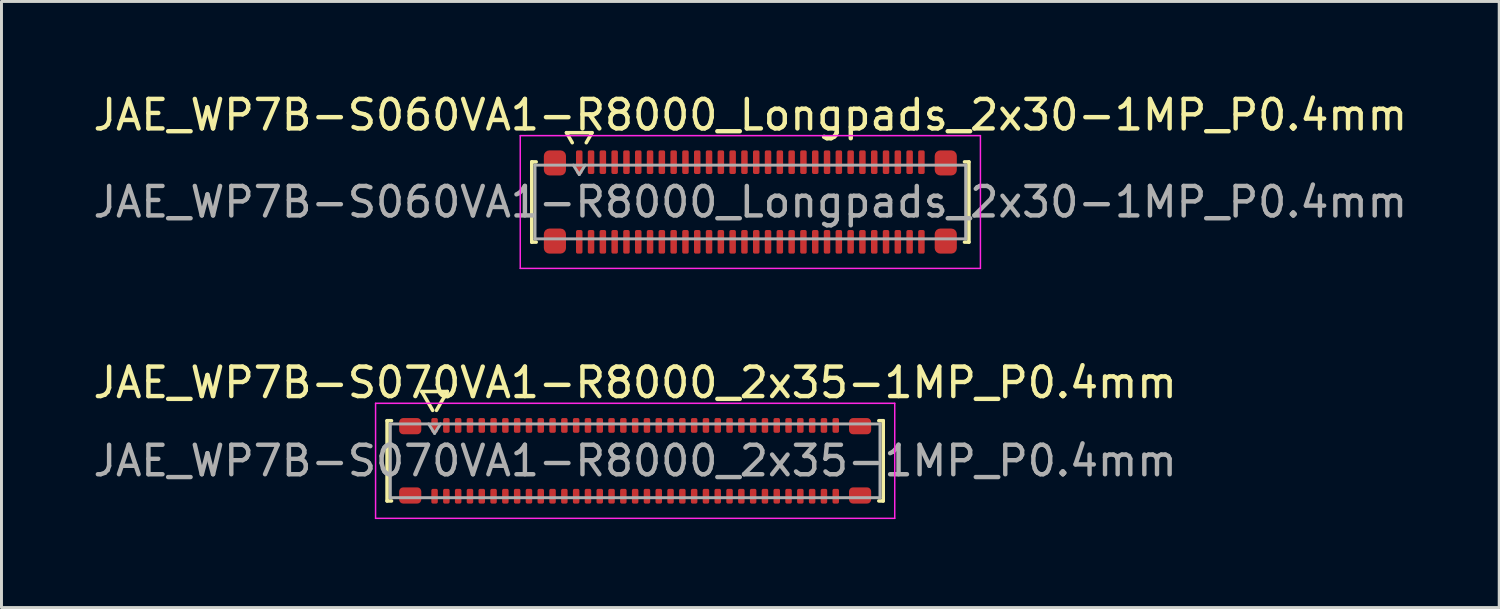
<source format=kicad_pcb>
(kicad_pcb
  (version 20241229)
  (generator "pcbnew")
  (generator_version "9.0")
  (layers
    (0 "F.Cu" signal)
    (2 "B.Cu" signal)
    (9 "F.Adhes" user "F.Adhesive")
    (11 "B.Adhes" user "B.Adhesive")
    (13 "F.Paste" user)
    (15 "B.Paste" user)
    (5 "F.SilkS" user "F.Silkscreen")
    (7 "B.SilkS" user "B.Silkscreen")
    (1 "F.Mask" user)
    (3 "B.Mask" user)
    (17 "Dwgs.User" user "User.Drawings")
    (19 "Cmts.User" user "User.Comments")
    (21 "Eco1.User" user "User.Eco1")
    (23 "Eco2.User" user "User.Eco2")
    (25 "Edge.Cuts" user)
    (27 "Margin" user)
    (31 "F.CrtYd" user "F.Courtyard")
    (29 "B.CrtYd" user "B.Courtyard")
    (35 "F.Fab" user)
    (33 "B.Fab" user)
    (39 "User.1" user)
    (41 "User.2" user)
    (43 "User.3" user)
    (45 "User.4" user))
  (footprint "JAE_WP7B-S070VA1-R8000_2x35-1MP_P0.4mm"
    (layer "F.Cu")
    (at 18.482 12.572)
    (property "Reference" "JAE_WP7B-S070VA1-R8000_2x35-1MP_P0.4mm" (at 0 -2.65 0) (layer "F.SilkS") (effects (font (size 1 1) (thickness 0.15))))
    (attr smd)
    (fp_line (start -8.41 -1.36) (end -8.26 -1.36) (stroke (width 0.12) (type solid)) (layer "F.SilkS"))
    (fp_line (start -8.41 1.36) (end -8.41 -1.36) (stroke (width 0.12) (type solid)) (layer "F.SilkS"))
    (fp_line (start -8.26 1.36) (end -8.41 1.36) (stroke (width 0.12) (type solid)) (layer "F.SilkS"))
    (fp_line (start -7.233 -2.35) (end -6.864 -1.71) (stroke (width 0.12) (type solid)) (layer "F.SilkS"))
    (fp_line (start -6.736 -1.71) (end -6.367 -2.35) (stroke (width 0.12) (type solid)) (layer "F.SilkS"))
    (fp_line (start -6.367 -2.35) (end -7.233 -2.35) (stroke (width 0.12) (type solid)) (layer "F.SilkS"))
    (fp_line (start 8.26 -1.36) (end 8.41 -1.36) (stroke (width 0.12) (type solid)) (layer "F.SilkS"))
    (fp_line (start 8.41 -1.36) (end 8.41 1.36) (stroke (width 0.12) (type solid)) (layer "F.SilkS"))
    (fp_line (start 8.41 1.36) (end 8.26 1.36) (stroke (width 0.12) (type solid)) (layer "F.SilkS"))
    (fp_line (start -8.8 -1.95) (end -8.8 1.95) (stroke (width 0.05) (type solid)) (layer "F.CrtYd"))
    (fp_line (start -8.8 1.95) (end 8.8 1.95) (stroke (width 0.05) (type solid)) (layer "F.CrtYd"))
    (fp_line (start 8.8 -1.95) (end -8.8 -1.95) (stroke (width 0.05) (type solid)) (layer "F.CrtYd"))
    (fp_line (start 8.8 1.95) (end 8.8 -1.95) (stroke (width 0.05) (type solid)) (layer "F.CrtYd"))
    (fp_line (start -8.3 -1.25) (end 8.3 -1.25) (stroke (width 0.1) (type solid)) (layer "F.Fab"))
    (fp_line (start -8.3 1.25) (end -8.3 -1.25) (stroke (width 0.1) (type solid)) (layer "F.Fab"))
    (fp_line (start -7 -1.25) (end -6.8 -0.93) (stroke (width 0.1) (type solid)) (layer "F.Fab"))
    (fp_line (start -6.8 -0.93) (end -6.6 -1.25) (stroke (width 0.1) (type solid)) (layer "F.Fab"))
    (fp_line (start 8.3 -1.25) (end 8.3 1.25) (stroke (width 0.1) (type solid)) (layer "F.Fab"))
    (fp_line (start 8.3 1.25) (end -8.3 1.25) (stroke (width 0.1) (type solid)) (layer "F.Fab"))
    (fp_text user "${REFERENCE}" (at 0 0 0) (layer "F.Fab") (effects (font (size 1 1) (thickness 0.15))))
    (pad "1" smd roundrect (at -6.8 -1.2) (size 0.22 0.5) (layers "F.Cu" "F.Mask" "F.Paste") (roundrect_rratio 0.25))
    (pad "2" smd roundrect (at -6.8 1.2) (size 0.22 0.5) (layers "F.Cu" "F.Mask" "F.Paste") (roundrect_rratio 0.25))
    (pad "3" smd roundrect (at -6.4 -1.2) (size 0.22 0.5) (layers "F.Cu" "F.Mask" "F.Paste") (roundrect_rratio 0.25))
    (pad "4" smd roundrect (at -6.4 1.2) (size 0.22 0.5) (layers "F.Cu" "F.Mask" "F.Paste") (roundrect_rratio 0.25))
    (pad "5" smd roundrect (at -6 -1.2) (size 0.22 0.5) (layers "F.Cu" "F.Mask" "F.Paste") (roundrect_rratio 0.25))
    (pad "6" smd roundrect (at -6 1.2) (size 0.22 0.5) (layers "F.Cu" "F.Mask" "F.Paste") (roundrect_rratio 0.25))
    (pad "7" smd roundrect (at -5.6 -1.2) (size 0.22 0.5) (layers "F.Cu" "F.Mask" "F.Paste") (roundrect_rratio 0.25))
    (pad "8" smd roundrect (at -5.6 1.2) (size 0.22 0.5) (layers "F.Cu" "F.Mask" "F.Paste") (roundrect_rratio 0.25))
    (pad "9" smd roundrect (at -5.2 -1.2) (size 0.22 0.5) (layers "F.Cu" "F.Mask" "F.Paste") (roundrect_rratio 0.25))
    (pad "10" smd roundrect (at -5.2 1.2) (size 0.22 0.5) (layers "F.Cu" "F.Mask" "F.Paste") (roundrect_rratio 0.25))
    (pad "11" smd roundrect (at -4.8 -1.2) (size 0.22 0.5) (layers "F.Cu" "F.Mask" "F.Paste") (roundrect_rratio 0.25))
    (pad "12" smd roundrect (at -4.8 1.2) (size 0.22 0.5) (layers "F.Cu" "F.Mask" "F.Paste") (roundrect_rratio 0.25))
    (pad "13" smd roundrect (at -4.4 -1.2) (size 0.22 0.5) (layers "F.Cu" "F.Mask" "F.Paste") (roundrect_rratio 0.25))
    (pad "14" smd roundrect (at -4.4 1.2) (size 0.22 0.5) (layers "F.Cu" "F.Mask" "F.Paste") (roundrect_rratio 0.25))
    (pad "15" smd roundrect (at -4 -1.2) (size 0.22 0.5) (layers "F.Cu" "F.Mask" "F.Paste") (roundrect_rratio 0.25))
    (pad "16" smd roundrect (at -4 1.2) (size 0.22 0.5) (layers "F.Cu" "F.Mask" "F.Paste") (roundrect_rratio 0.25))
    (pad "17" smd roundrect (at -3.6 -1.2) (size 0.22 0.5) (layers "F.Cu" "F.Mask" "F.Paste") (roundrect_rratio 0.25))
    (pad "18" smd roundrect (at -3.6 1.2) (size 0.22 0.5) (layers "F.Cu" "F.Mask" "F.Paste") (roundrect_rratio 0.25))
    (pad "19" smd roundrect (at -3.2 -1.2) (size 0.22 0.5) (layers "F.Cu" "F.Mask" "F.Paste") (roundrect_rratio 0.25))
    (pad "20" smd roundrect (at -3.2 1.2) (size 0.22 0.5) (layers "F.Cu" "F.Mask" "F.Paste") (roundrect_rratio 0.25))
    (pad "21" smd roundrect (at -2.8 -1.2) (size 0.22 0.5) (layers "F.Cu" "F.Mask" "F.Paste") (roundrect_rratio 0.25))
    (pad "22" smd roundrect (at -2.8 1.2) (size 0.22 0.5) (layers "F.Cu" "F.Mask" "F.Paste") (roundrect_rratio 0.25))
    (pad "23" smd roundrect (at -2.4 -1.2) (size 0.22 0.5) (layers "F.Cu" "F.Mask" "F.Paste") (roundrect_rratio 0.25))
    (pad "24" smd roundrect (at -2.4 1.2) (size 0.22 0.5) (layers "F.Cu" "F.Mask" "F.Paste") (roundrect_rratio 0.25))
    (pad "25" smd roundrect (at -2 -1.2) (size 0.22 0.5) (layers "F.Cu" "F.Mask" "F.Paste") (roundrect_rratio 0.25))
    (pad "26" smd roundrect (at -2 1.2) (size 0.22 0.5) (layers "F.Cu" "F.Mask" "F.Paste") (roundrect_rratio 0.25))
    (pad "27" smd roundrect (at -1.6 -1.2) (size 0.22 0.5) (layers "F.Cu" "F.Mask" "F.Paste") (roundrect_rratio 0.25))
    (pad "28" smd roundrect (at -1.6 1.2) (size 0.22 0.5) (layers "F.Cu" "F.Mask" "F.Paste") (roundrect_rratio 0.25))
    (pad "29" smd roundrect (at -1.2 -1.2) (size 0.22 0.5) (layers "F.Cu" "F.Mask" "F.Paste") (roundrect_rratio 0.25))
    (pad "30" smd roundrect (at -1.2 1.2) (size 0.22 0.5) (layers "F.Cu" "F.Mask" "F.Paste") (roundrect_rratio 0.25))
    (pad "31" smd roundrect (at -0.8 -1.2) (size 0.22 0.5) (layers "F.Cu" "F.Mask" "F.Paste") (roundrect_rratio 0.25))
    (pad "32" smd roundrect (at -0.8 1.2) (size 0.22 0.5) (layers "F.Cu" "F.Mask" "F.Paste") (roundrect_rratio 0.25))
    (pad "33" smd roundrect (at -0.4 -1.2) (size 0.22 0.5) (layers "F.Cu" "F.Mask" "F.Paste") (roundrect_rratio 0.25))
    (pad "34" smd roundrect (at -0.4 1.2) (size 0.22 0.5) (layers "F.Cu" "F.Mask" "F.Paste") (roundrect_rratio 0.25))
    (pad "35" smd roundrect (at 0 -1.2) (size 0.22 0.5) (layers "F.Cu" "F.Mask" "F.Paste") (roundrect_rratio 0.25))
    (pad "36" smd roundrect (at 0 1.2) (size 0.22 0.5) (layers "F.Cu" "F.Mask" "F.Paste") (roundrect_rratio 0.25))
    (pad "37" smd roundrect (at 0.4 -1.2) (size 0.22 0.5) (layers "F.Cu" "F.Mask" "F.Paste") (roundrect_rratio 0.25))
    (pad "38" smd roundrect (at 0.4 1.2) (size 0.22 0.5) (layers "F.Cu" "F.Mask" "F.Paste") (roundrect_rratio 0.25))
    (pad "39" smd roundrect (at 0.8 -1.2) (size 0.22 0.5) (layers "F.Cu" "F.Mask" "F.Paste") (roundrect_rratio 0.25))
    (pad "40" smd roundrect (at 0.8 1.2) (size 0.22 0.5) (layers "F.Cu" "F.Mask" "F.Paste") (roundrect_rratio 0.25))
    (pad "41" smd roundrect (at 1.2 -1.2) (size 0.22 0.5) (layers "F.Cu" "F.Mask" "F.Paste") (roundrect_rratio 0.25))
    (pad "42" smd roundrect (at 1.2 1.2) (size 0.22 0.5) (layers "F.Cu" "F.Mask" "F.Paste") (roundrect_rratio 0.25))
    (pad "43" smd roundrect (at 1.6 -1.2) (size 0.22 0.5) (layers "F.Cu" "F.Mask" "F.Paste") (roundrect_rratio 0.25))
    (pad "44" smd roundrect (at 1.6 1.2) (size 0.22 0.5) (layers "F.Cu" "F.Mask" "F.Paste") (roundrect_rratio 0.25))
    (pad "45" smd roundrect (at 2 -1.2) (size 0.22 0.5) (layers "F.Cu" "F.Mask" "F.Paste") (roundrect_rratio 0.25))
    (pad "46" smd roundrect (at 2 1.2) (size 0.22 0.5) (layers "F.Cu" "F.Mask" "F.Paste") (roundrect_rratio 0.25))
    (pad "47" smd roundrect (at 2.4 -1.2) (size 0.22 0.5) (layers "F.Cu" "F.Mask" "F.Paste") (roundrect_rratio 0.25))
    (pad "48" smd roundrect (at 2.4 1.2) (size 0.22 0.5) (layers "F.Cu" "F.Mask" "F.Paste") (roundrect_rratio 0.25))
    (pad "49" smd roundrect (at 2.8 -1.2) (size 0.22 0.5) (layers "F.Cu" "F.Mask" "F.Paste") (roundrect_rratio 0.25))
    (pad "50" smd roundrect (at 2.8 1.2) (size 0.22 0.5) (layers "F.Cu" "F.Mask" "F.Paste") (roundrect_rratio 0.25))
    (pad "51" smd roundrect (at 3.2 -1.2) (size 0.22 0.5) (layers "F.Cu" "F.Mask" "F.Paste") (roundrect_rratio 0.25))
    (pad "52" smd roundrect (at 3.2 1.2) (size 0.22 0.5) (layers "F.Cu" "F.Mask" "F.Paste") (roundrect_rratio 0.25))
    (pad "53" smd roundrect (at 3.6 -1.2) (size 0.22 0.5) (layers "F.Cu" "F.Mask" "F.Paste") (roundrect_rratio 0.25))
    (pad "54" smd roundrect (at 3.6 1.2) (size 0.22 0.5) (layers "F.Cu" "F.Mask" "F.Paste") (roundrect_rratio 0.25))
    (pad "55" smd roundrect (at 4 -1.2) (size 0.22 0.5) (layers "F.Cu" "F.Mask" "F.Paste") (roundrect_rratio 0.25))
    (pad "56" smd roundrect (at 4 1.2) (size 0.22 0.5) (layers "F.Cu" "F.Mask" "F.Paste") (roundrect_rratio 0.25))
    (pad "57" smd roundrect (at 4.4 -1.2) (size 0.22 0.5) (layers "F.Cu" "F.Mask" "F.Paste") (roundrect_rratio 0.25))
    (pad "58" smd roundrect (at 4.4 1.2) (size 0.22 0.5) (layers "F.Cu" "F.Mask" "F.Paste") (roundrect_rratio 0.25))
    (pad "59" smd roundrect (at 4.8 -1.2) (size 0.22 0.5) (layers "F.Cu" "F.Mask" "F.Paste") (roundrect_rratio 0.25))
    (pad "60" smd roundrect (at 4.8 1.2) (size 0.22 0.5) (layers "F.Cu" "F.Mask" "F.Paste") (roundrect_rratio 0.25))
    (pad "61" smd roundrect (at 5.2 -1.2) (size 0.22 0.5) (layers "F.Cu" "F.Mask" "F.Paste") (roundrect_rratio 0.25))
    (pad "62" smd roundrect (at 5.2 1.2) (size 0.22 0.5) (layers "F.Cu" "F.Mask" "F.Paste") (roundrect_rratio 0.25))
    (pad "63" smd roundrect (at 5.6 -1.2) (size 0.22 0.5) (layers "F.Cu" "F.Mask" "F.Paste") (roundrect_rratio 0.25))
    (pad "64" smd roundrect (at 5.6 1.2) (size 0.22 0.5) (layers "F.Cu" "F.Mask" "F.Paste") (roundrect_rratio 0.25))
    (pad "65" smd roundrect (at 6 -1.2) (size 0.22 0.5) (layers "F.Cu" "F.Mask" "F.Paste") (roundrect_rratio 0.25))
    (pad "66" smd roundrect (at 6 1.2) (size 0.22 0.5) (layers "F.Cu" "F.Mask" "F.Paste") (roundrect_rratio 0.25))
    (pad "67" smd roundrect (at 6.4 -1.2) (size 0.22 0.5) (layers "F.Cu" "F.Mask" "F.Paste") (roundrect_rratio 0.25))
    (pad "68" smd roundrect (at 6.4 1.2) (size 0.22 0.5) (layers "F.Cu" "F.Mask" "F.Paste") (roundrect_rratio 0.25))
    (pad "69" smd roundrect (at 6.8 -1.2) (size 0.22 0.5) (layers "F.Cu" "F.Mask" "F.Paste") (roundrect_rratio 0.25))
    (pad "70" smd roundrect (at 6.8 1.2) (size 0.22 0.5) (layers "F.Cu" "F.Mask" "F.Paste") (roundrect_rratio 0.25))
    (pad "MP" smd roundrect (at -7.625 -1.175) (size 0.75 0.55) (layers "F.Cu" "F.Mask" "F.Paste") (roundrect_rratio 0.25))
    (pad "MP" smd roundrect (at -7.625 1.175) (size 0.75 0.55) (layers "F.Cu" "F.Mask" "F.Paste") (roundrect_rratio 0.25))
    (pad "MP" smd roundrect (at 7.625 -1.175) (size 0.75 0.55) (layers "F.Cu" "F.Mask" "F.Paste") (roundrect_rratio 0.25))
    (pad "MP" smd roundrect (at 7.625 1.175) (size 0.75 0.55) (layers "F.Cu" "F.Mask" "F.Paste") (roundrect_rratio 0.25)))
  (footprint "JAE_WP7B-S060VA1-R8000_Longpads_2x30-1MP_P0.4mm"
    (layer "F.Cu")
    (at 22.387 3.798)
    (property "Reference" "JAE_WP7B-S060VA1-R8000_Longpads_2x30-1MP_P0.4mm" (at 0 -2.95 0) (layer "F.SilkS") (effects (font (size 1 1) (thickness 0.15))))
    (attr smd)
    (fp_line (start -7.41 -1.36) (end -7.26 -1.36) (stroke (width 0.12) (type solid)) (layer "F.SilkS"))
    (fp_line (start -7.41 1.36) (end -7.41 -1.36) (stroke (width 0.12) (type solid)) (layer "F.SilkS"))
    (fp_line (start -7.26 1.36) (end -7.41 1.36) (stroke (width 0.12) (type solid)) (layer "F.SilkS"))
    (fp_line (start -6.233 -2.35) (end -6.037 -2.01) (stroke (width 0.12) (type solid)) (layer "F.SilkS"))
    (fp_line (start -5.563 -2.01) (end -5.367 -2.35) (stroke (width 0.12) (type solid)) (layer "F.SilkS"))
    (fp_line (start -5.367 -2.35) (end -6.233 -2.35) (stroke (width 0.12) (type solid)) (layer "F.SilkS"))
    (fp_line (start 7.26 -1.36) (end 7.41 -1.36) (stroke (width 0.12) (type solid)) (layer "F.SilkS"))
    (fp_line (start 7.41 -1.36) (end 7.41 1.36) (stroke (width 0.12) (type solid)) (layer "F.SilkS"))
    (fp_line (start 7.41 1.36) (end 7.26 1.36) (stroke (width 0.12) (type solid)) (layer "F.SilkS"))
    (fp_line (start -7.8 -2.25) (end -7.8 2.25) (stroke (width 0.05) (type solid)) (layer "F.CrtYd"))
    (fp_line (start -7.8 2.25) (end 7.8 2.25) (stroke (width 0.05) (type solid)) (layer "F.CrtYd"))
    (fp_line (start 7.8 -2.25) (end -7.8 -2.25) (stroke (width 0.05) (type solid)) (layer "F.CrtYd"))
    (fp_line (start 7.8 2.25) (end 7.8 -2.25) (stroke (width 0.05) (type solid)) (layer "F.CrtYd"))
    (fp_line (start -7.3 -1.25) (end 7.3 -1.25) (stroke (width 0.1) (type solid)) (layer "F.Fab"))
    (fp_line (start -7.3 1.25) (end -7.3 -1.25) (stroke (width 0.1) (type solid)) (layer "F.Fab"))
    (fp_line (start -6 -1.25) (end -5.8 -0.93) (stroke (width 0.1) (type solid)) (layer "F.Fab"))
    (fp_line (start -5.8 -0.93) (end -5.6 -1.25) (stroke (width 0.1) (type solid)) (layer "F.Fab"))
    (fp_line (start 7.3 -1.25) (end 7.3 1.25) (stroke (width 0.1) (type solid)) (layer "F.Fab"))
    (fp_line (start 7.3 1.25) (end -7.3 1.25) (stroke (width 0.1) (type solid)) (layer "F.Fab"))
    (fp_text user "${REFERENCE}" (at 0 0 0) (layer "F.Fab") (effects (font (size 1 1) (thickness 0.15))))
    (pad "1" smd roundrect (at -5.8 -1.35) (size 0.22 0.8) (layers "F.Cu" "F.Mask" "F.Paste") (roundrect_rratio 0.25))
    (pad "2" smd roundrect (at -5.8 1.35) (size 0.22 0.8) (layers "F.Cu" "F.Mask" "F.Paste") (roundrect_rratio 0.25))
    (pad "3" smd roundrect (at -5.4 -1.35) (size 0.22 0.8) (layers "F.Cu" "F.Mask" "F.Paste") (roundrect_rratio 0.25))
    (pad "4" smd roundrect (at -5.4 1.35) (size 0.22 0.8) (layers "F.Cu" "F.Mask" "F.Paste") (roundrect_rratio 0.25))
    (pad "5" smd roundrect (at -5 -1.35) (size 0.22 0.8) (layers "F.Cu" "F.Mask" "F.Paste") (roundrect_rratio 0.25))
    (pad "6" smd roundrect (at -5 1.35) (size 0.22 0.8) (layers "F.Cu" "F.Mask" "F.Paste") (roundrect_rratio 0.25))
    (pad "7" smd roundrect (at -4.6 -1.35) (size 0.22 0.8) (layers "F.Cu" "F.Mask" "F.Paste") (roundrect_rratio 0.25))
    (pad "8" smd roundrect (at -4.6 1.35) (size 0.22 0.8) (layers "F.Cu" "F.Mask" "F.Paste") (roundrect_rratio 0.25))
    (pad "9" smd roundrect (at -4.2 -1.35) (size 0.22 0.8) (layers "F.Cu" "F.Mask" "F.Paste") (roundrect_rratio 0.25))
    (pad "10" smd roundrect (at -4.2 1.35) (size 0.22 0.8) (layers "F.Cu" "F.Mask" "F.Paste") (roundrect_rratio 0.25))
    (pad "11" smd roundrect (at -3.8 -1.35) (size 0.22 0.8) (layers "F.Cu" "F.Mask" "F.Paste") (roundrect_rratio 0.25))
    (pad "12" smd roundrect (at -3.8 1.35) (size 0.22 0.8) (layers "F.Cu" "F.Mask" "F.Paste") (roundrect_rratio 0.25))
    (pad "13" smd roundrect (at -3.4 -1.35) (size 0.22 0.8) (layers "F.Cu" "F.Mask" "F.Paste") (roundrect_rratio 0.25))
    (pad "14" smd roundrect (at -3.4 1.35) (size 0.22 0.8) (layers "F.Cu" "F.Mask" "F.Paste") (roundrect_rratio 0.25))
    (pad "15" smd roundrect (at -3 -1.35) (size 0.22 0.8) (layers "F.Cu" "F.Mask" "F.Paste") (roundrect_rratio 0.25))
    (pad "16" smd roundrect (at -3 1.35) (size 0.22 0.8) (layers "F.Cu" "F.Mask" "F.Paste") (roundrect_rratio 0.25))
    (pad "17" smd roundrect (at -2.6 -1.35) (size 0.22 0.8) (layers "F.Cu" "F.Mask" "F.Paste") (roundrect_rratio 0.25))
    (pad "18" smd roundrect (at -2.6 1.35) (size 0.22 0.8) (layers "F.Cu" "F.Mask" "F.Paste") (roundrect_rratio 0.25))
    (pad "19" smd roundrect (at -2.2 -1.35) (size 0.22 0.8) (layers "F.Cu" "F.Mask" "F.Paste") (roundrect_rratio 0.25))
    (pad "20" smd roundrect (at -2.2 1.35) (size 0.22 0.8) (layers "F.Cu" "F.Mask" "F.Paste") (roundrect_rratio 0.25))
    (pad "21" smd roundrect (at -1.8 -1.35) (size 0.22 0.8) (layers "F.Cu" "F.Mask" "F.Paste") (roundrect_rratio 0.25))
    (pad "22" smd roundrect (at -1.8 1.35) (size 0.22 0.8) (layers "F.Cu" "F.Mask" "F.Paste") (roundrect_rratio 0.25))
    (pad "23" smd roundrect (at -1.4 -1.35) (size 0.22 0.8) (layers "F.Cu" "F.Mask" "F.Paste") (roundrect_rratio 0.25))
    (pad "24" smd roundrect (at -1.4 1.35) (size 0.22 0.8) (layers "F.Cu" "F.Mask" "F.Paste") (roundrect_rratio 0.25))
    (pad "25" smd roundrect (at -1 -1.35) (size 0.22 0.8) (layers "F.Cu" "F.Mask" "F.Paste") (roundrect_rratio 0.25))
    (pad "26" smd roundrect (at -1 1.35) (size 0.22 0.8) (layers "F.Cu" "F.Mask" "F.Paste") (roundrect_rratio 0.25))
    (pad "27" smd roundrect (at -0.6 -1.35) (size 0.22 0.8) (layers "F.Cu" "F.Mask" "F.Paste") (roundrect_rratio 0.25))
    (pad "28" smd roundrect (at -0.6 1.35) (size 0.22 0.8) (layers "F.Cu" "F.Mask" "F.Paste") (roundrect_rratio 0.25))
    (pad "29" smd roundrect (at -0.2 -1.35) (size 0.22 0.8) (layers "F.Cu" "F.Mask" "F.Paste") (roundrect_rratio 0.25))
    (pad "30" smd roundrect (at -0.2 1.35) (size 0.22 0.8) (layers "F.Cu" "F.Mask" "F.Paste") (roundrect_rratio 0.25))
    (pad "31" smd roundrect (at 0.2 -1.35) (size 0.22 0.8) (layers "F.Cu" "F.Mask" "F.Paste") (roundrect_rratio 0.25))
    (pad "32" smd roundrect (at 0.2 1.35) (size 0.22 0.8) (layers "F.Cu" "F.Mask" "F.Paste") (roundrect_rratio 0.25))
    (pad "33" smd roundrect (at 0.6 -1.35) (size 0.22 0.8) (layers "F.Cu" "F.Mask" "F.Paste") (roundrect_rratio 0.25))
    (pad "34" smd roundrect (at 0.6 1.35) (size 0.22 0.8) (layers "F.Cu" "F.Mask" "F.Paste") (roundrect_rratio 0.25))
    (pad "35" smd roundrect (at 1 -1.35) (size 0.22 0.8) (layers "F.Cu" "F.Mask" "F.Paste") (roundrect_rratio 0.25))
    (pad "36" smd roundrect (at 1 1.35) (size 0.22 0.8) (layers "F.Cu" "F.Mask" "F.Paste") (roundrect_rratio 0.25))
    (pad "37" smd roundrect (at 1.4 -1.35) (size 0.22 0.8) (layers "F.Cu" "F.Mask" "F.Paste") (roundrect_rratio 0.25))
    (pad "38" smd roundrect (at 1.4 1.35) (size 0.22 0.8) (layers "F.Cu" "F.Mask" "F.Paste") (roundrect_rratio 0.25))
    (pad "39" smd roundrect (at 1.8 -1.35) (size 0.22 0.8) (layers "F.Cu" "F.Mask" "F.Paste") (roundrect_rratio 0.25))
    (pad "40" smd roundrect (at 1.8 1.35) (size 0.22 0.8) (layers "F.Cu" "F.Mask" "F.Paste") (roundrect_rratio 0.25))
    (pad "41" smd roundrect (at 2.2 -1.35) (size 0.22 0.8) (layers "F.Cu" "F.Mask" "F.Paste") (roundrect_rratio 0.25))
    (pad "42" smd roundrect (at 2.2 1.35) (size 0.22 0.8) (layers "F.Cu" "F.Mask" "F.Paste") (roundrect_rratio 0.25))
    (pad "43" smd roundrect (at 2.6 -1.35) (size 0.22 0.8) (layers "F.Cu" "F.Mask" "F.Paste") (roundrect_rratio 0.25))
    (pad "44" smd roundrect (at 2.6 1.35) (size 0.22 0.8) (layers "F.Cu" "F.Mask" "F.Paste") (roundrect_rratio 0.25))
    (pad "45" smd roundrect (at 3 -1.35) (size 0.22 0.8) (layers "F.Cu" "F.Mask" "F.Paste") (roundrect_rratio 0.25))
    (pad "46" smd roundrect (at 3 1.35) (size 0.22 0.8) (layers "F.Cu" "F.Mask" "F.Paste") (roundrect_rratio 0.25))
    (pad "47" smd roundrect (at 3.4 -1.35) (size 0.22 0.8) (layers "F.Cu" "F.Mask" "F.Paste") (roundrect_rratio 0.25))
    (pad "48" smd roundrect (at 3.4 1.35) (size 0.22 0.8) (layers "F.Cu" "F.Mask" "F.Paste") (roundrect_rratio 0.25))
    (pad "49" smd roundrect (at 3.8 -1.35) (size 0.22 0.8) (layers "F.Cu" "F.Mask" "F.Paste") (roundrect_rratio 0.25))
    (pad "50" smd roundrect (at 3.8 1.35) (size 0.22 0.8) (layers "F.Cu" "F.Mask" "F.Paste") (roundrect_rratio 0.25))
    (pad "51" smd roundrect (at 4.2 -1.35) (size 0.22 0.8) (layers "F.Cu" "F.Mask" "F.Paste") (roundrect_rratio 0.25))
    (pad "52" smd roundrect (at 4.2 1.35) (size 0.22 0.8) (layers "F.Cu" "F.Mask" "F.Paste") (roundrect_rratio 0.25))
    (pad "53" smd roundrect (at 4.6 -1.35) (size 0.22 0.8) (layers "F.Cu" "F.Mask" "F.Paste") (roundrect_rratio 0.25))
    (pad "54" smd roundrect (at 4.6 1.35) (size 0.22 0.8) (layers "F.Cu" "F.Mask" "F.Paste") (roundrect_rratio 0.25))
    (pad "55" smd roundrect (at 5 -1.35) (size 0.22 0.8) (layers "F.Cu" "F.Mask" "F.Paste") (roundrect_rratio 0.25))
    (pad "56" smd roundrect (at 5 1.35) (size 0.22 0.8) (layers "F.Cu" "F.Mask" "F.Paste") (roundrect_rratio 0.25))
    (pad "57" smd roundrect (at 5.4 -1.35) (size 0.22 0.8) (layers "F.Cu" "F.Mask" "F.Paste") (roundrect_rratio 0.25))
    (pad "58" smd roundrect (at 5.4 1.35) (size 0.22 0.8) (layers "F.Cu" "F.Mask" "F.Paste") (roundrect_rratio 0.25))
    (pad "59" smd roundrect (at 5.8 -1.35) (size 0.22 0.8) (layers "F.Cu" "F.Mask" "F.Paste") (roundrect_rratio 0.25))
    (pad "60" smd roundrect (at 5.8 1.35) (size 0.22 0.8) (layers "F.Cu" "F.Mask" "F.Paste") (roundrect_rratio 0.25))
    (pad "MP" smd roundrect (at -6.625 -1.325) (size 0.75 0.85) (layers "F.Cu" "F.Mask" "F.Paste") (roundrect_rratio 0.25))
    (pad "MP" smd roundrect (at -6.625 1.325) (size 0.75 0.85) (layers "F.Cu" "F.Mask" "F.Paste") (roundrect_rratio 0.25))
    (pad "MP" smd roundrect (at 6.625 -1.325) (size 0.75 0.85) (layers "F.Cu" "F.Mask" "F.Paste") (roundrect_rratio 0.25))
    (pad "MP" smd roundrect (at 6.625 1.325) (size 0.75 0.85) (layers "F.Cu" "F.Mask" "F.Paste") (roundrect_rratio 0.25)))
  (gr_rect
    (start -3 -3)
    (end 47.774 17.547)
    (stroke (width 0.1) (type default))
    (fill no)
    (layer "Edge.Cuts")))
</source>
